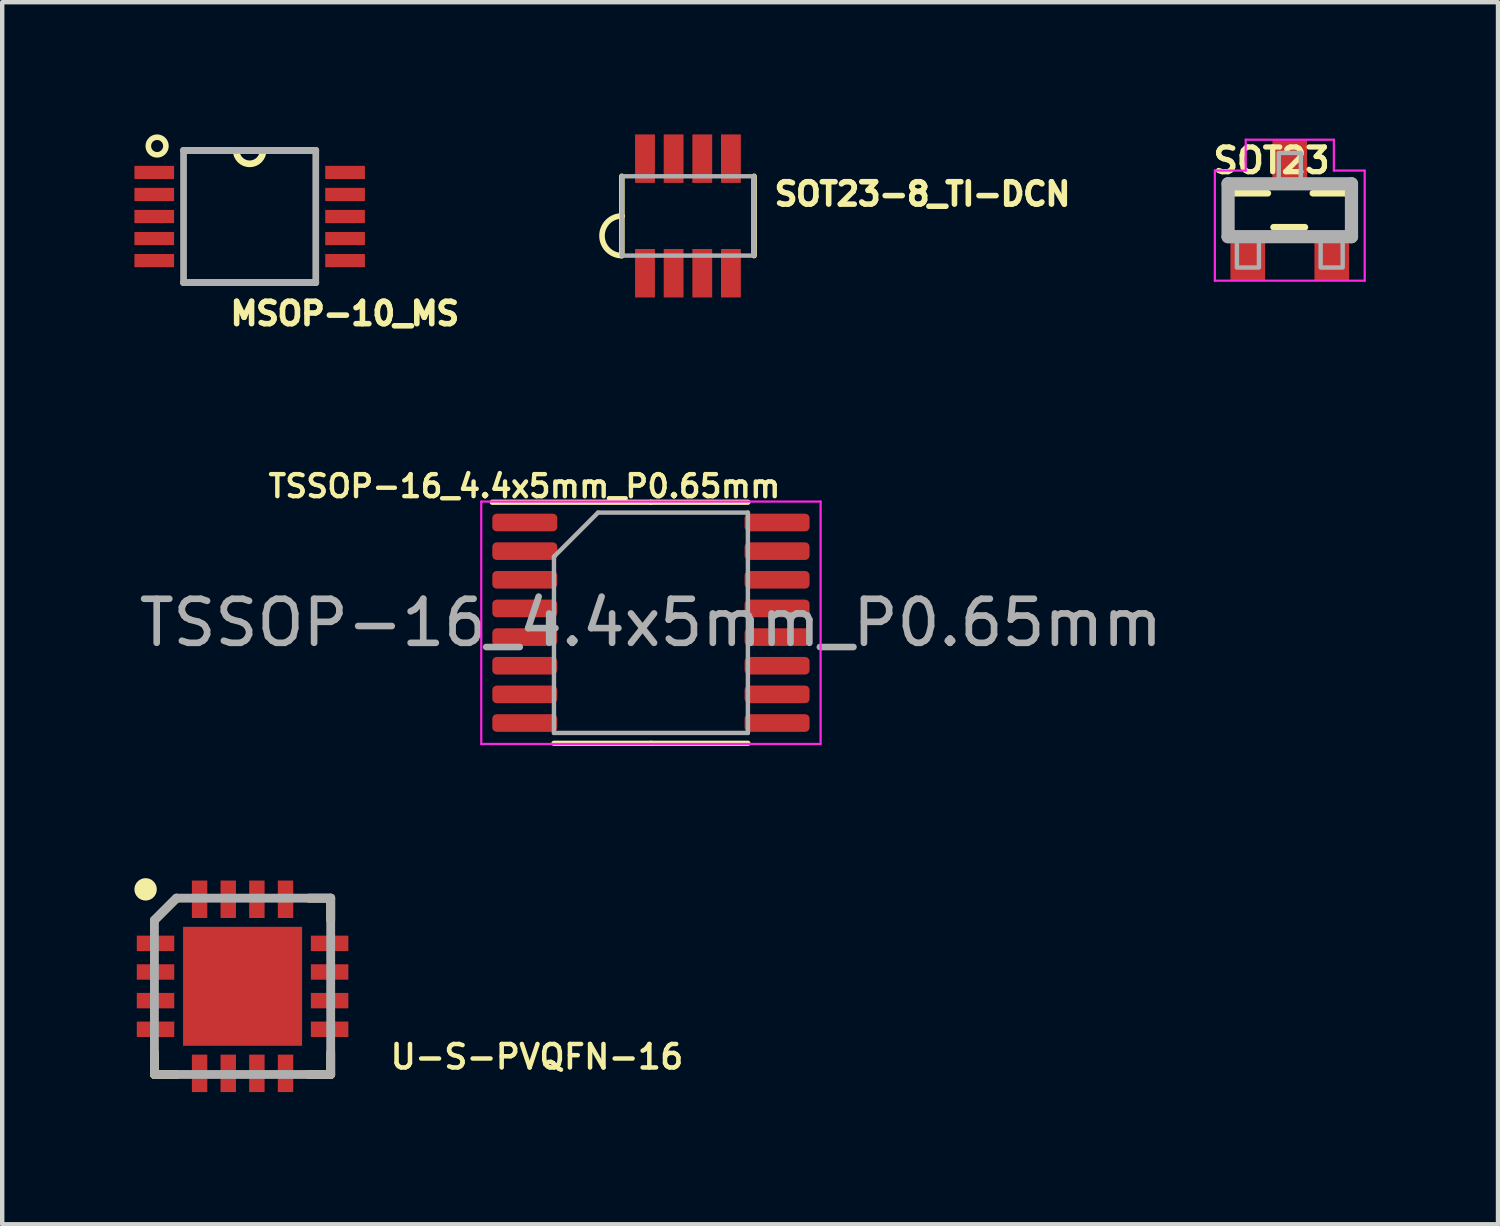
<source format=kicad_pcb>
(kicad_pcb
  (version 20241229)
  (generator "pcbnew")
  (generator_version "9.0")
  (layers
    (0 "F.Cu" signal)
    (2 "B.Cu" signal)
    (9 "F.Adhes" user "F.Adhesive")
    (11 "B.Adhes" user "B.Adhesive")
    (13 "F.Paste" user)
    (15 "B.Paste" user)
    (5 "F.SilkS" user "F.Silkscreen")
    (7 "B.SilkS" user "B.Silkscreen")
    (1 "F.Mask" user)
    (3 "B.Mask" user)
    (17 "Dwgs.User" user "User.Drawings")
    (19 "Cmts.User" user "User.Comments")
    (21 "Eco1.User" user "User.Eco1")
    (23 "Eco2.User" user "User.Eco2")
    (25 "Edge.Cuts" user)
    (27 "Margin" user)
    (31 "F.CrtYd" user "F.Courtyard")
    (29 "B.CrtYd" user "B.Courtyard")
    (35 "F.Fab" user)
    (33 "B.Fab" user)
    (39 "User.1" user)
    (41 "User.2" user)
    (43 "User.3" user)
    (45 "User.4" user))
  (footprint "SOT23"
    (layer "F.Cu")
    (at 26.216 1.72)
    (property "Reference" "SOT23" (at -1.8 -0.8 0) (layer "F.SilkS") (effects (font (size 0.56 0.56) (thickness 0.12)) (justify left bottom)))
    (fp_line (start -1.387 -0.386) (end -0.498 -0.386) (stroke (width 0.15) (type solid)) (layer "F.SilkS"))
    (fp_line (start -1.387 0.368) (end -1.387 -0.386) (stroke (width 0.15) (type solid)) (layer "F.SilkS"))
    (fp_line (start -0.368 0.386) (end 0.343 0.386) (stroke (width 0.15) (type solid)) (layer "F.SilkS"))
    (fp_line (start 1.387 -0.386) (end 0.523 -0.386) (stroke (width 0.15) (type solid)) (layer "F.SilkS"))
    (fp_line (start 1.387 0.368) (end 1.387 -0.386) (stroke (width 0.15) (type solid)) (layer "F.SilkS"))
    (fp_line (start -1.7 -0.9) (end -1.7 1.6) (stroke (width 0.05) (type solid)) (layer "F.CrtYd"))
    (fp_line (start -1.7 1.6) (end 1.7 1.6) (stroke (width 0.05) (type solid)) (layer "F.CrtYd"))
    (fp_line (start -1 -1.6) (end -1 -0.9) (stroke (width 0.05) (type solid)) (layer "F.CrtYd"))
    (fp_line (start -1 -0.9) (end -1.7 -0.9) (stroke (width 0.05) (type solid)) (layer "F.CrtYd"))
    (fp_line (start 1 -1.6) (end -1 -1.6) (stroke (width 0.05) (type solid)) (layer "F.CrtYd"))
    (fp_line (start 1 -0.9) (end 1 -1.6) (stroke (width 0.05) (type solid)) (layer "F.CrtYd"))
    (fp_line (start 1.7 -0.9) (end 1 -0.9) (stroke (width 0.05) (type solid)) (layer "F.CrtYd"))
    (fp_line (start 1.7 1.6) (end 1.7 -0.9) (stroke (width 0.05) (type solid)) (layer "F.CrtYd"))
    (fp_line (start -1.4 -0.6) (end -1.4 0.6) (stroke (width 0.3) (type solid)) (layer "F.Fab"))
    (fp_line (start -1.4 0.6) (end 1.4 0.6) (stroke (width 0.3) (type solid)) (layer "F.Fab"))
    (fp_line (start 1.4 -0.6) (end -1.4 -0.6) (stroke (width 0.3) (type solid)) (layer "F.Fab"))
    (fp_line (start 1.4 0.6) (end 1.4 -0.6) (stroke (width 0.3) (type solid)) (layer "F.Fab"))
    (fp_poly (pts (xy -1.2 1.3) (xy -0.7 1.3) (xy -0.7 0.65) (xy -1.2 0.65)) (stroke (width 0.1) (type solid)) (fill no) (layer "F.Fab"))
    (fp_poly (pts (xy -0.25 -0.65) (xy 0.25 -0.65) (xy 0.25 -1.3) (xy -0.25 -1.3)) (stroke (width 0.1) (type solid)) (fill no) (layer "F.Fab"))
    (fp_poly (pts (xy 0.7 1.3) (xy 1.2 1.3) (xy 1.2 0.65) (xy 0.7 0.65)) (stroke (width 0.1) (type solid)) (fill no) (layer "F.Fab"))
    (pad "1" smd rect (at -0.953 1.143) (size 0.787 0.889) (layers "F.Cu" "F.Mask" "F.Paste"))
    (pad "2" smd rect (at 0.953 1.143) (size 0.787 0.889) (layers "F.Cu" "F.Mask" "F.Paste"))
    (pad "3" smd rect (at 0 -1.143) (size 0.787 0.889) (layers "F.Cu" "F.Mask" "F.Paste")))
  (footprint "SOT23-8_TI-DCN"
    (layer "F.Cu")
    (at 12.56 1.85)
    (property "Reference" "SOT23-8_TI-DCN" (at 1.9 -0.2 0) (layer "F.SilkS") (effects (font (size 0.508 0.508) (thickness 0.127)) (justify left bottom)))
    (fp_line (start -1.5 -0.9) (end -1.5 0) (stroke (width 0.127) (type solid)) (layer "F.SilkS"))
    (fp_line (start -1.5 0) (end -1.5 0.9) (stroke (width 0.127) (type solid)) (layer "F.SilkS"))
    (fp_line (start 1.5 -0.9) (end 1.5 0.9) (stroke (width 0.127) (type solid)) (layer "F.SilkS"))
    (fp_arc (start -1.5 0.9) (mid -1.95 0.45) (end -1.5 0) (stroke (width 0.127) (type solid)) (layer "F.SilkS"))
    (fp_line (start -1.5 -0.9) (end -1.5 0.9) (stroke (width 0.1) (type solid)) (layer "F.Fab"))
    (fp_line (start -1.5 0.9) (end 1.5 0.9) (stroke (width 0.1) (type solid)) (layer "F.Fab"))
    (fp_line (start 1.5 -0.9) (end -1.5 -0.9) (stroke (width 0.1) (type solid)) (layer "F.Fab"))
    (fp_line (start 1.5 0.9) (end 1.5 -0.9) (stroke (width 0.1) (type solid)) (layer "F.Fab"))
    (pad "1" smd rect (at -0.975 1.3 90) (size 1.1 0.45) (layers "F.Cu" "F.Mask" "F.Paste"))
    (pad "2" smd rect (at -0.325 1.3 90) (size 1.1 0.45) (layers "F.Cu" "F.Mask" "F.Paste"))
    (pad "3" smd rect (at 0.325 1.3 90) (size 1.1 0.45) (layers "F.Cu" "F.Mask" "F.Paste"))
    (pad "4" smd rect (at 0.975 1.3 90) (size 1.1 0.45) (layers "F.Cu" "F.Mask" "F.Paste"))
    (pad "5" smd rect (at 0.975 -1.3 90) (size 1.1 0.45) (layers "F.Cu" "F.Mask" "F.Paste"))
    (pad "6" smd rect (at 0.325 -1.3 90) (size 1.1 0.45) (layers "F.Cu" "F.Mask" "F.Paste"))
    (pad "7" smd rect (at -0.325 -1.3 90) (size 1.1 0.45) (layers "F.Cu" "F.Mask" "F.Paste"))
    (pad "8" smd rect (at -0.975 -1.3 90) (size 1.1 0.45) (layers "F.Cu" "F.Mask" "F.Paste")))
  (footprint "U-S-PVQFN-16"
    (layer "F.Cu")
    (at 2.454 19.33)
    (property "Reference" "U-S-PVQFN-16" (at 3.3 1.6 180) (layer "F.SilkS") (effects (font (size 0.533 0.533) (thickness 0.102)) (justify left)))
    (fp_line (start -2 1.5) (end -2 2) (stroke (width 0.2) (type solid)) (layer "F.SilkS"))
    (fp_line (start -2 2) (end -1.5 2) (stroke (width 0.2) (type solid)) (layer "F.SilkS"))
    (fp_line (start -1.5 -2) (end -2 -1.5) (stroke (width 0.2) (type solid)) (layer "F.SilkS"))
    (fp_line (start 1.5 2) (end 2 2) (stroke (width 0.2) (type solid)) (layer "F.SilkS"))
    (fp_line (start 2 -2) (end 1.5 -2) (stroke (width 0.2) (type solid)) (layer "F.SilkS"))
    (fp_line (start 2 -1.5) (end 2 -2) (stroke (width 0.2) (type solid)) (layer "F.SilkS"))
    (fp_line (start 2 2) (end 2 1.5) (stroke (width 0.2) (type solid)) (layer "F.SilkS"))
    (fp_circle (center -2.2 -2.2) (end -2.073 -2.2) (stroke (width 0.254) (type solid)) (fill no) (layer "F.SilkS"))
    (fp_poly (pts (xy -0.137 -0.137) (xy -1.264 -0.137) (xy -1.264 -0.726) (xy -0.726 -1.264) (xy -0.137 -1.264)) (stroke (width 0) (type solid)) (fill yes) (layer "F.Paste"))
    (fp_poly (pts (xy -0.137 1.264) (xy -0.726 1.264) (xy -1.264 0.726) (xy -1.264 0.137) (xy -0.137 0.137)) (stroke (width 0) (type solid)) (fill yes) (layer "F.Paste"))
    (fp_poly (pts (xy 1.264 -0.726) (xy 1.264 -0.137) (xy 0.137 -0.137) (xy 0.137 -1.264) (xy 0.726 -1.264)) (stroke (width 0) (type solid)) (fill yes) (layer "F.Paste"))
    (fp_poly (pts (xy 1.264 0.726) (xy 0.726 1.264) (xy 0.137 1.264) (xy 0.137 0.137) (xy 1.264 0.137)) (stroke (width 0) (type solid)) (fill yes) (layer "F.Paste"))
    (fp_line (start -2 2) (end -2 -1.5) (stroke (width 0.2) (type solid)) (layer "F.Fab"))
    (fp_line (start -1.5 -2) (end -2 -1.5) (stroke (width 0.2) (type solid)) (layer "F.Fab"))
    (fp_line (start -1.5 -2) (end 2 -2) (stroke (width 0.2) (type solid)) (layer "F.Fab"))
    (fp_line (start 2 -2) (end 2 2) (stroke (width 0.2) (type solid)) (layer "F.Fab"))
    (fp_line (start 2 2) (end -2 2) (stroke (width 0.2) (type solid)) (layer "F.Fab"))
    (pad "1" smd rect (at -1.975 -0.975 270) (size 0.35 0.85) (layers "F.Cu" "F.Mask" "F.Paste"))
    (pad "2" smd rect (at -1.975 -0.325 270) (size 0.35 0.85) (layers "F.Cu" "F.Mask" "F.Paste"))
    (pad "3" smd rect (at -1.975 0.325 270) (size 0.35 0.85) (layers "F.Cu" "F.Mask" "F.Paste"))
    (pad "4" smd rect (at -1.975 0.975 270) (size 0.35 0.85) (layers "F.Cu" "F.Mask" "F.Paste"))
    (pad "5" smd rect (at -0.975 1.975) (size 0.35 0.85) (layers "F.Cu" "F.Mask" "F.Paste"))
    (pad "6" smd rect (at -0.325 1.975) (size 0.35 0.85) (layers "F.Cu" "F.Mask" "F.Paste"))
    (pad "7" smd rect (at 0.325 1.975) (size 0.35 0.85) (layers "F.Cu" "F.Mask" "F.Paste"))
    (pad "8" smd rect (at 0.975 1.975) (size 0.35 0.85) (layers "F.Cu" "F.Mask" "F.Paste"))
    (pad "9" smd rect (at 1.975 0.975 90) (size 0.35 0.85) (layers "F.Cu" "F.Mask" "F.Paste"))
    (pad "10" smd rect (at 1.975 0.325 90) (size 0.35 0.85) (layers "F.Cu" "F.Mask" "F.Paste"))
    (pad "11" smd rect (at 1.975 -0.325 90) (size 0.35 0.85) (layers "F.Cu" "F.Mask" "F.Paste"))
    (pad "12" smd rect (at 1.975 -0.975 90) (size 0.35 0.85) (layers "F.Cu" "F.Mask" "F.Paste"))
    (pad "13" smd rect (at 0.975 -1.975 180) (size 0.35 0.85) (layers "F.Cu" "F.Mask" "F.Paste"))
    (pad "14" smd rect (at 0.325 -1.975 180) (size 0.35 0.85) (layers "F.Cu" "F.Mask" "F.Paste"))
    (pad "15" smd rect (at -0.325 -1.975 180) (size 0.35 0.85) (layers "F.Cu" "F.Mask" "F.Paste"))
    (pad "16" smd rect (at -0.975 -1.975 180) (size 0.35 0.85) (layers "F.Cu" "F.Mask" "F.Paste"))
    (pad "PAD" smd rect (at 0 0) (size 2.7 2.7) (layers "F.Cu" "F.Mask"))
    (zone (net_name "") (layer "F.Cu") (hatch edge 0.508) (connect_pads) (min_thickness 0.254) (filled_areas_thickness no) (keepout (tracks not_allowed) (vias not_allowed) (pads not_allowed) (copperpour not_allowed) (footprints allowed)) (placement (enabled no)) (fill) (polygon (pts (xy 0.454 17.83) (xy 0.954 17.83) (xy 0.954 17.33) (xy 0.454 17.33)))))
  (footprint "MSOP-10_MS"
    (layer "F.Cu")
    (at 2.615 1.863)
    (property "Reference" "MSOP-10_MS" (at -0.5 2.5 0) (layer "F.SilkS") (effects (font (size 0.508 0.508) (thickness 0.127)) (justify left bottom)))
    (fp_line (start -1.5 1.5) (end 1.5 1.5) (stroke (width 0.152) (type solid)) (layer "F.SilkS"))
    (fp_line (start 1.5 -1.5) (end -1.5 -1.5) (stroke (width 0.152) (type solid)) (layer "F.SilkS"))
    (fp_arc (start 0.3048 -1.5) (mid 0 -1.1952) (end -0.3048 -1.5) (stroke (width 0.1524) (type solid)) (layer "F.SilkS"))
    (fp_circle (center -2.1 -1.6) (end -1.9 -1.6) (stroke (width 0.127) (type solid)) (fill no) (layer "F.SilkS"))
    (fp_line (start -1.5 -1.5) (end -1.5 1.5) (stroke (width 0.152) (type solid)) (layer "F.Fab"))
    (fp_line (start -1.5 1.5) (end 1.5 1.5) (stroke (width 0.152) (type solid)) (layer "F.Fab"))
    (fp_line (start -0.305 -1.5) (end -1.5 -1.5) (stroke (width 0.152) (type solid)) (layer "F.Fab"))
    (fp_line (start 0.305 -1.5) (end -0.305 -1.5) (stroke (width 0.152) (type solid)) (layer "F.Fab"))
    (fp_line (start 1.5 -1.5) (end 0.305 -1.5) (stroke (width 0.152) (type solid)) (layer "F.Fab"))
    (fp_line (start 1.5 1.5) (end 1.5 -1.5) (stroke (width 0.152) (type solid)) (layer "F.Fab"))
    (pad "1" smd rect (at -2.165 -1) (size 0.9 0.3) (layers "F.Cu" "F.Mask" "F.Paste"))
    (pad "2" smd rect (at -2.165 -0.5) (size 0.9 0.3) (layers "F.Cu" "F.Mask" "F.Paste"))
    (pad "3" smd rect (at -2.165 0) (size 0.9 0.3) (layers "F.Cu" "F.Mask" "F.Paste"))
    (pad "4" smd rect (at -2.165 0.5) (size 0.9 0.3) (layers "F.Cu" "F.Mask" "F.Paste"))
    (pad "5" smd rect (at -2.165 1) (size 0.9 0.3) (layers "F.Cu" "F.Mask" "F.Paste"))
    (pad "6" smd rect (at 2.165 1) (size 0.9 0.3) (layers "F.Cu" "F.Mask" "F.Paste"))
    (pad "7" smd rect (at 2.165 0.5) (size 0.9 0.3) (layers "F.Cu" "F.Mask" "F.Paste"))
    (pad "8" smd rect (at 2.165 0) (size 0.9 0.3) (layers "F.Cu" "F.Mask" "F.Paste"))
    (pad "9" smd rect (at 2.165 -0.5) (size 0.9 0.3) (layers "F.Cu" "F.Mask" "F.Paste"))
    (pad "10" smd rect (at 2.165 -1) (size 0.9 0.3) (layers "F.Cu" "F.Mask" "F.Paste")))
  (footprint "TSSOP-16_4.4x5mm_P0.65mm"
    (layer "F.Cu")
    (at 11.72 11.081)
    (property "Reference" "TSSOP-16_4.4x5mm_P0.65mm" (at -2.87 -3.099 0) (layer "F.SilkS") (effects (font (size 0.5 0.5) (thickness 0.1))))
    (attr smd)
    (fp_line (start 0 -2.735) (end -3.6 -2.735) (stroke (width 0.12) (type solid)) (layer "F.SilkS"))
    (fp_line (start 0 -2.735) (end 2.2 -2.735) (stroke (width 0.12) (type solid)) (layer "F.SilkS"))
    (fp_line (start 0 2.735) (end -2.2 2.735) (stroke (width 0.12) (type solid)) (layer "F.SilkS"))
    (fp_line (start 0 2.735) (end 2.2 2.735) (stroke (width 0.12) (type solid)) (layer "F.SilkS"))
    (fp_line (start -3.85 -2.75) (end -3.85 2.75) (stroke (width 0.05) (type solid)) (layer "F.CrtYd"))
    (fp_line (start -3.85 2.75) (end 3.85 2.75) (stroke (width 0.05) (type solid)) (layer "F.CrtYd"))
    (fp_line (start 3.85 -2.75) (end -3.85 -2.75) (stroke (width 0.05) (type solid)) (layer "F.CrtYd"))
    (fp_line (start 3.85 2.75) (end 3.85 -2.75) (stroke (width 0.05) (type solid)) (layer "F.CrtYd"))
    (fp_line (start -2.2 -1.5) (end -1.2 -2.5) (stroke (width 0.1) (type solid)) (layer "F.Fab"))
    (fp_line (start -2.2 2.5) (end -2.2 -1.5) (stroke (width 0.1) (type solid)) (layer "F.Fab"))
    (fp_line (start -1.2 -2.5) (end 2.2 -2.5) (stroke (width 0.1) (type solid)) (layer "F.Fab"))
    (fp_line (start 2.2 -2.5) (end 2.2 2.5) (stroke (width 0.1) (type solid)) (layer "F.Fab"))
    (fp_line (start 2.2 2.5) (end -2.2 2.5) (stroke (width 0.1) (type solid)) (layer "F.Fab"))
    (fp_text user "${REFERENCE}" (at 0 0 0) (layer "F.Fab") (effects (font (size 1 1) (thickness 0.15))))
    (pad "1" smd roundrect (at -2.862 -2.275) (size 1.475 0.4) (layers "F.Cu" "F.Mask" "F.Paste") (roundrect_rratio 0.25))
    (pad "2" smd roundrect (at -2.862 -1.625) (size 1.475 0.4) (layers "F.Cu" "F.Mask" "F.Paste") (roundrect_rratio 0.25))
    (pad "3" smd roundrect (at -2.862 -0.975) (size 1.475 0.4) (layers "F.Cu" "F.Mask" "F.Paste") (roundrect_rratio 0.25))
    (pad "4" smd roundrect (at -2.862 -0.325) (size 1.475 0.4) (layers "F.Cu" "F.Mask" "F.Paste") (roundrect_rratio 0.25))
    (pad "5" smd roundrect (at -2.862 0.325) (size 1.475 0.4) (layers "F.Cu" "F.Mask" "F.Paste") (roundrect_rratio 0.25))
    (pad "6" smd roundrect (at -2.862 0.975) (size 1.475 0.4) (layers "F.Cu" "F.Mask" "F.Paste") (roundrect_rratio 0.25))
    (pad "7" smd roundrect (at -2.862 1.625) (size 1.475 0.4) (layers "F.Cu" "F.Mask" "F.Paste") (roundrect_rratio 0.25))
    (pad "8" smd roundrect (at -2.862 2.275) (size 1.475 0.4) (layers "F.Cu" "F.Mask" "F.Paste") (roundrect_rratio 0.25))
    (pad "9" smd roundrect (at 2.862 2.275) (size 1.475 0.4) (layers "F.Cu" "F.Mask" "F.Paste") (roundrect_rratio 0.25))
    (pad "10" smd roundrect (at 2.862 1.625) (size 1.475 0.4) (layers "F.Cu" "F.Mask" "F.Paste") (roundrect_rratio 0.25))
    (pad "11" smd roundrect (at 2.862 0.975) (size 1.475 0.4) (layers "F.Cu" "F.Mask" "F.Paste") (roundrect_rratio 0.25))
    (pad "12" smd roundrect (at 2.862 0.325) (size 1.475 0.4) (layers "F.Cu" "F.Mask" "F.Paste") (roundrect_rratio 0.25))
    (pad "13" smd roundrect (at 2.862 -0.325) (size 1.475 0.4) (layers "F.Cu" "F.Mask" "F.Paste") (roundrect_rratio 0.25))
    (pad "14" smd roundrect (at 2.862 -0.975) (size 1.475 0.4) (layers "F.Cu" "F.Mask" "F.Paste") (roundrect_rratio 0.25))
    (pad "15" smd roundrect (at 2.862 -1.625) (size 1.475 0.4) (layers "F.Cu" "F.Mask" "F.Paste") (roundrect_rratio 0.25))
    (pad "16" smd roundrect (at 2.862 -2.275) (size 1.475 0.4) (layers "F.Cu" "F.Mask" "F.Paste") (roundrect_rratio 0.25)))
  (gr_rect
    (start -3 -3)
    (end 30.941 24.73)
    (stroke (width 0.1) (type default))
    (fill no)
    (layer "Edge.Cuts")))
</source>
